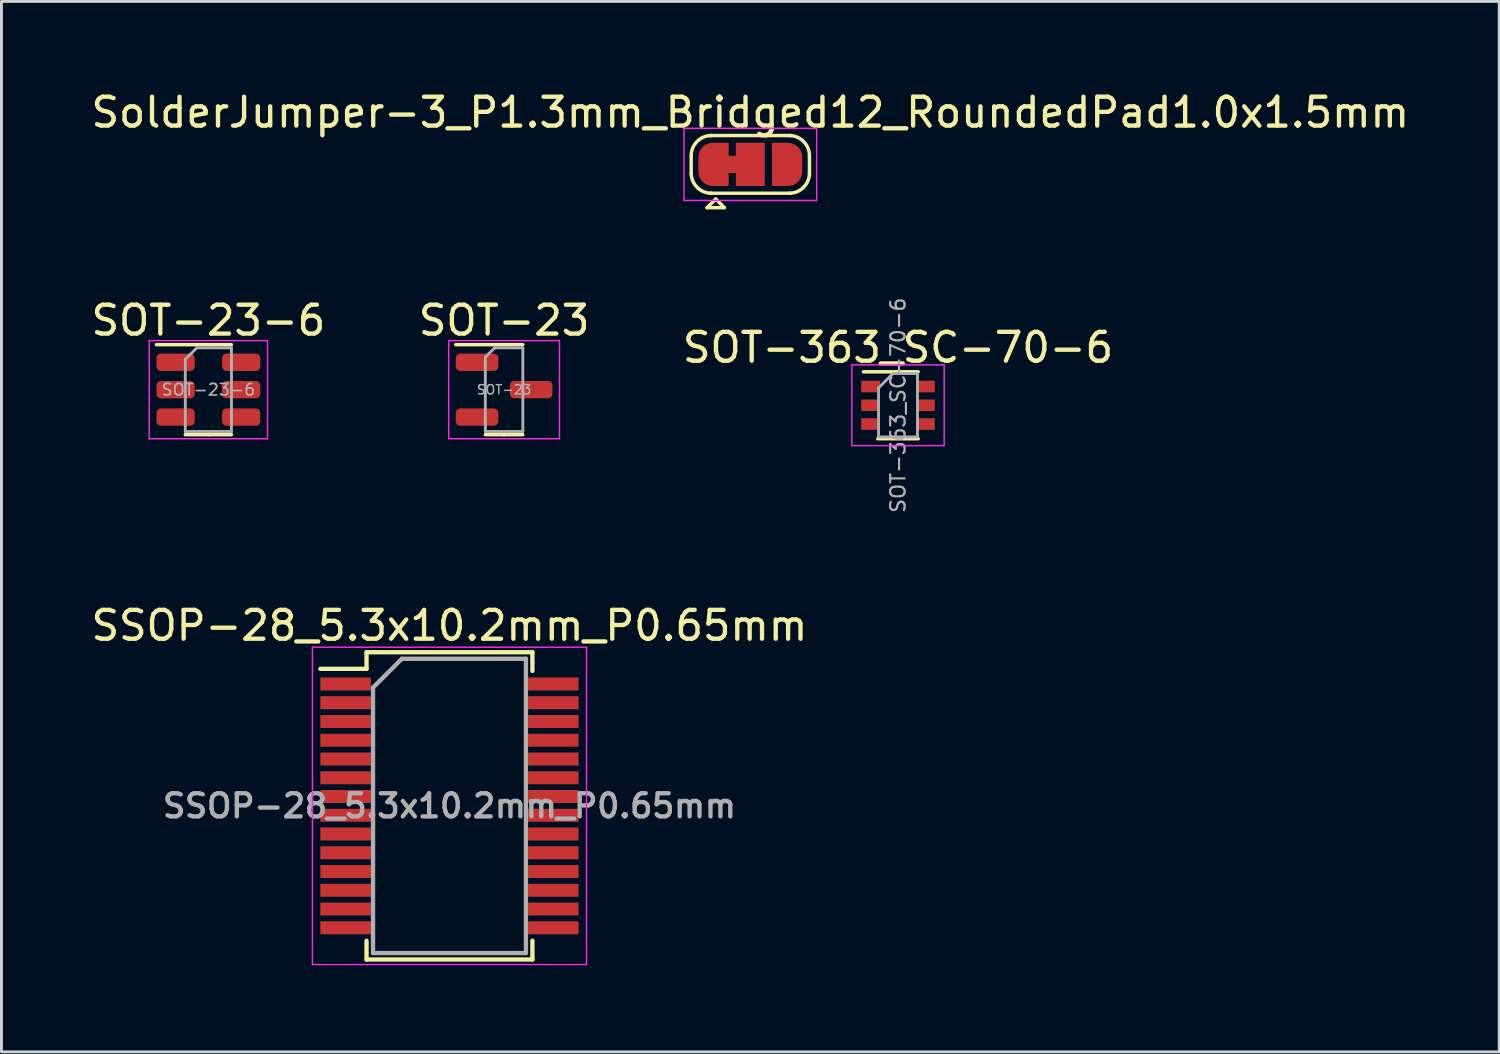
<source format=kicad_pcb>
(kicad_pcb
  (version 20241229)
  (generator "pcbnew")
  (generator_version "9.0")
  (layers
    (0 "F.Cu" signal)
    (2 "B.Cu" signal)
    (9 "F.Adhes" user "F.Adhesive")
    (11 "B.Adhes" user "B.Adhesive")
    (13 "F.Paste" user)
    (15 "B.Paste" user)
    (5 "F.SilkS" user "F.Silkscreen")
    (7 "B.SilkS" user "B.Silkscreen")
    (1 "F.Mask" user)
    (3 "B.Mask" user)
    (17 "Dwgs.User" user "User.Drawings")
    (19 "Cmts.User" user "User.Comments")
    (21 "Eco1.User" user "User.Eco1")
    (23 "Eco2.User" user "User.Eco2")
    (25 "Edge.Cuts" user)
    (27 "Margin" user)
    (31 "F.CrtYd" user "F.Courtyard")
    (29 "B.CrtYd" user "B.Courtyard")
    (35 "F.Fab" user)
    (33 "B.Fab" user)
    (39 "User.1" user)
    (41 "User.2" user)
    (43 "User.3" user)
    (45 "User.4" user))
  (footprint "SOT-363_SC-70-6"
    (layer "F.Cu")
    (at 28.077 10.997)
    (property "Reference" "SOT-363_SC-70-6" (at 0 -2 0) (layer "F.SilkS") (effects (font (size 1 1) (thickness 0.15))))
    (attr smd)
    (fp_line (start -0.7 1.16) (end 0.7 1.16) (stroke (width 0.12) (type solid)) (layer "F.SilkS"))
    (fp_line (start 0.7 -1.16) (end -1.2 -1.16) (stroke (width 0.12) (type solid)) (layer "F.SilkS"))
    (fp_line (start -1.6 -1.4) (end -1.6 1.4) (stroke (width 0.05) (type solid)) (layer "F.CrtYd"))
    (fp_line (start -1.6 -1.4) (end 1.6 -1.4) (stroke (width 0.05) (type solid)) (layer "F.CrtYd"))
    (fp_line (start -1.6 1.4) (end 1.6 1.4) (stroke (width 0.05) (type solid)) (layer "F.CrtYd"))
    (fp_line (start 1.6 1.4) (end 1.6 -1.4) (stroke (width 0.05) (type solid)) (layer "F.CrtYd"))
    (fp_line (start -0.675 -0.6) (end -0.675 1.1) (stroke (width 0.1) (type solid)) (layer "F.Fab"))
    (fp_line (start -0.175 -1.1) (end -0.675 -0.6) (stroke (width 0.1) (type solid)) (layer "F.Fab"))
    (fp_line (start 0.675 -1.1) (end -0.175 -1.1) (stroke (width 0.1) (type solid)) (layer "F.Fab"))
    (fp_line (start 0.675 -1.1) (end 0.675 1.1) (stroke (width 0.1) (type solid)) (layer "F.Fab"))
    (fp_line (start 0.675 1.1) (end -0.675 1.1) (stroke (width 0.1) (type solid)) (layer "F.Fab"))
    (fp_text user "${REFERENCE}" (at 0 0 90) (layer "F.Fab") (effects (font (size 0.5 0.5) (thickness 0.075))))
    (pad "1" smd rect (at -0.95 -0.65) (size 0.65 0.4) (layers "F.Cu" "F.Mask" "F.Paste"))
    (pad "2" smd rect (at -0.95 0) (size 0.65 0.4) (layers "F.Cu" "F.Mask" "F.Paste"))
    (pad "3" smd rect (at -0.95 0.65) (size 0.65 0.4) (layers "F.Cu" "F.Mask" "F.Paste"))
    (pad "4" smd rect (at 0.95 0.65) (size 0.65 0.4) (layers "F.Cu" "F.Mask" "F.Paste"))
    (pad "5" smd rect (at 0.95 0) (size 0.65 0.4) (layers "F.Cu" "F.Mask" "F.Paste"))
    (pad "6" smd rect (at 0.95 -0.65) (size 0.65 0.4) (layers "F.Cu" "F.Mask" "F.Paste")))
  (footprint "SOT-23"
    (layer "F.Cu")
    (at 14.423 10.457)
    (property "Reference" "SOT-23" (at 0 -2.4 0) (layer "F.SilkS") (effects (font (size 1 1) (thickness 0.15))))
    (attr smd)
    (fp_line (start 0 -1.56) (end -1.675 -1.56) (stroke (width 0.12) (type solid)) (layer "F.SilkS"))
    (fp_line (start 0 -1.56) (end 0.65 -1.56) (stroke (width 0.12) (type solid)) (layer "F.SilkS"))
    (fp_line (start 0 1.56) (end -0.65 1.56) (stroke (width 0.12) (type solid)) (layer "F.SilkS"))
    (fp_line (start 0 1.56) (end 0.65 1.56) (stroke (width 0.12) (type solid)) (layer "F.SilkS"))
    (fp_line (start -1.92 -1.7) (end -1.92 1.7) (stroke (width 0.05) (type solid)) (layer "F.CrtYd"))
    (fp_line (start -1.92 1.7) (end 1.92 1.7) (stroke (width 0.05) (type solid)) (layer "F.CrtYd"))
    (fp_line (start 1.92 -1.7) (end -1.92 -1.7) (stroke (width 0.05) (type solid)) (layer "F.CrtYd"))
    (fp_line (start 1.92 1.7) (end 1.92 -1.7) (stroke (width 0.05) (type solid)) (layer "F.CrtYd"))
    (fp_line (start -0.65 -1.125) (end -0.325 -1.45) (stroke (width 0.1) (type solid)) (layer "F.Fab"))
    (fp_line (start -0.65 1.45) (end -0.65 -1.125) (stroke (width 0.1) (type solid)) (layer "F.Fab"))
    (fp_line (start -0.325 -1.45) (end 0.65 -1.45) (stroke (width 0.1) (type solid)) (layer "F.Fab"))
    (fp_line (start 0.65 -1.45) (end 0.65 1.45) (stroke (width 0.1) (type solid)) (layer "F.Fab"))
    (fp_line (start 0.65 1.45) (end -0.65 1.45) (stroke (width 0.1) (type solid)) (layer "F.Fab"))
    (fp_text user "${REFERENCE}" (at 0 0 0) (layer "F.Fab") (effects (font (size 0.32 0.32) (thickness 0.05))))
    (pad "1" smd roundrect (at -0.938 -0.95) (size 1.475 0.6) (layers "F.Cu" "F.Mask" "F.Paste") (roundrect_rratio 0.25))
    (pad "2" smd roundrect (at -0.938 0.95) (size 1.475 0.6) (layers "F.Cu" "F.Mask" "F.Paste") (roundrect_rratio 0.25))
    (pad "3" smd roundrect (at 0.938 0) (size 1.475 0.6) (layers "F.Cu" "F.Mask" "F.Paste") (roundrect_rratio 0.25)))
  (footprint "SSOP-28_5.3x10.2mm_P0.65mm"
    (layer "F.Cu")
    (at 12.53 24.884)
    (property "Reference" "SSOP-28_5.3x10.2mm_P0.65mm" (at 0 -6.25 180) (layer "F.SilkS") (effects (font (size 1 1) (thickness 0.15))))
    (attr smd)
    (fp_line (start -2.875 -5.325) (end -2.875 -4.75) (stroke (width 0.15) (type solid)) (layer "F.SilkS"))
    (fp_line (start -2.875 -5.325) (end 2.875 -5.325) (stroke (width 0.15) (type solid)) (layer "F.SilkS"))
    (fp_line (start -2.875 -4.75) (end -4.475 -4.75) (stroke (width 0.15) (type solid)) (layer "F.SilkS"))
    (fp_line (start -2.875 5.325) (end -2.875 4.675) (stroke (width 0.15) (type solid)) (layer "F.SilkS"))
    (fp_line (start -2.875 5.325) (end 2.875 5.325) (stroke (width 0.15) (type solid)) (layer "F.SilkS"))
    (fp_line (start 2.875 -5.325) (end 2.875 -4.675) (stroke (width 0.15) (type solid)) (layer "F.SilkS"))
    (fp_line (start 2.875 5.325) (end 2.875 4.675) (stroke (width 0.15) (type solid)) (layer "F.SilkS"))
    (fp_line (start -4.75 -5.5) (end -4.75 5.5) (stroke (width 0.05) (type solid)) (layer "F.CrtYd"))
    (fp_line (start -4.75 -5.5) (end 4.75 -5.5) (stroke (width 0.05) (type solid)) (layer "F.CrtYd"))
    (fp_line (start -4.75 5.5) (end 4.75 5.5) (stroke (width 0.05) (type solid)) (layer "F.CrtYd"))
    (fp_line (start 4.75 -5.5) (end 4.75 5.5) (stroke (width 0.05) (type solid)) (layer "F.CrtYd"))
    (fp_line (start -2.65 -4.1) (end -1.65 -5.1) (stroke (width 0.15) (type solid)) (layer "F.Fab"))
    (fp_line (start -2.65 5.1) (end -2.65 -4.1) (stroke (width 0.15) (type solid)) (layer "F.Fab"))
    (fp_line (start -1.65 -5.1) (end 2.65 -5.1) (stroke (width 0.15) (type solid)) (layer "F.Fab"))
    (fp_line (start 2.65 -5.1) (end 2.65 5.1) (stroke (width 0.15) (type solid)) (layer "F.Fab"))
    (fp_line (start 2.65 5.1) (end -2.65 5.1) (stroke (width 0.15) (type solid)) (layer "F.Fab"))
    (fp_text user "${REFERENCE}" (at 0 0 180) (layer "F.Fab") (effects (font (size 0.8 0.8) (thickness 0.15))))
    (pad "1" smd rect (at -3.6 -4.225) (size 1.75 0.45) (layers "F.Cu" "F.Mask" "F.Paste"))
    (pad "2" smd rect (at -3.6 -3.575) (size 1.75 0.45) (layers "F.Cu" "F.Mask" "F.Paste"))
    (pad "3" smd rect (at -3.6 -2.925) (size 1.75 0.45) (layers "F.Cu" "F.Mask" "F.Paste"))
    (pad "4" smd rect (at -3.6 -2.275) (size 1.75 0.45) (layers "F.Cu" "F.Mask" "F.Paste"))
    (pad "5" smd rect (at -3.6 -1.625) (size 1.75 0.45) (layers "F.Cu" "F.Mask" "F.Paste"))
    (pad "6" smd rect (at -3.6 -0.975) (size 1.75 0.45) (layers "F.Cu" "F.Mask" "F.Paste"))
    (pad "7" smd rect (at -3.6 -0.325) (size 1.75 0.45) (layers "F.Cu" "F.Mask" "F.Paste"))
    (pad "8" smd rect (at -3.6 0.325) (size 1.75 0.45) (layers "F.Cu" "F.Mask" "F.Paste"))
    (pad "9" smd rect (at -3.6 0.975) (size 1.75 0.45) (layers "F.Cu" "F.Mask" "F.Paste"))
    (pad "10" smd rect (at -3.6 1.625) (size 1.75 0.45) (layers "F.Cu" "F.Mask" "F.Paste"))
    (pad "11" smd rect (at -3.6 2.275) (size 1.75 0.45) (layers "F.Cu" "F.Mask" "F.Paste"))
    (pad "12" smd rect (at -3.6 2.925) (size 1.75 0.45) (layers "F.Cu" "F.Mask" "F.Paste"))
    (pad "13" smd rect (at -3.6 3.575) (size 1.75 0.45) (layers "F.Cu" "F.Mask" "F.Paste"))
    (pad "14" smd rect (at -3.6 4.225) (size 1.75 0.45) (layers "F.Cu" "F.Mask" "F.Paste"))
    (pad "15" smd rect (at 3.6 4.225) (size 1.75 0.45) (layers "F.Cu" "F.Mask" "F.Paste"))
    (pad "16" smd rect (at 3.6 3.575) (size 1.75 0.45) (layers "F.Cu" "F.Mask" "F.Paste"))
    (pad "17" smd rect (at 3.6 2.925) (size 1.75 0.45) (layers "F.Cu" "F.Mask" "F.Paste"))
    (pad "18" smd rect (at 3.6 2.275) (size 1.75 0.45) (layers "F.Cu" "F.Mask" "F.Paste"))
    (pad "19" smd rect (at 3.6 1.625) (size 1.75 0.45) (layers "F.Cu" "F.Mask" "F.Paste"))
    (pad "20" smd rect (at 3.6 0.975) (size 1.75 0.45) (layers "F.Cu" "F.Mask" "F.Paste"))
    (pad "21" smd rect (at 3.6 0.325) (size 1.75 0.45) (layers "F.Cu" "F.Mask" "F.Paste"))
    (pad "22" smd rect (at 3.6 -0.325) (size 1.75 0.45) (layers "F.Cu" "F.Mask" "F.Paste"))
    (pad "23" smd rect (at 3.6 -0.975) (size 1.75 0.45) (layers "F.Cu" "F.Mask" "F.Paste"))
    (pad "24" smd rect (at 3.6 -1.625) (size 1.75 0.45) (layers "F.Cu" "F.Mask" "F.Paste"))
    (pad "25" smd rect (at 3.6 -2.275) (size 1.75 0.45) (layers "F.Cu" "F.Mask" "F.Paste"))
    (pad "26" smd rect (at 3.6 -2.925) (size 1.75 0.45) (layers "F.Cu" "F.Mask" "F.Paste"))
    (pad "27" smd rect (at 3.6 -3.575) (size 1.75 0.45) (layers "F.Cu" "F.Mask" "F.Paste"))
    (pad "28" smd rect (at 3.6 -4.225) (size 1.75 0.45) (layers "F.Cu" "F.Mask" "F.Paste")))
  (footprint "SolderJumper-3_P1.3mm_Bridged12_RoundedPad1.0x1.5mm"
    (layer "F.Cu")
    (at 22.958 2.648)
    (property "Reference" "SolderJumper-3_P1.3mm_Bridged12_RoundedPad1.0x1.5mm" (at 0 -1.8 0) (layer "F.SilkS") (effects (font (size 1 1) (thickness 0.15))))
    (attr exclude_from_pos_files)
    (fp_poly (pts (xy -0.9 -0.3) (xy -0.4 -0.3) (xy -0.4 0.3) (xy -0.9 0.3)) (stroke (width 0) (type solid)) (fill yes) (layer "F.Cu"))
    (fp_line (start -2.05 0.3) (end -2.05 -0.3) (stroke (width 0.12) (type solid)) (layer "F.SilkS"))
    (fp_line (start -1.5 1.5) (end -0.9 1.5) (stroke (width 0.12) (type solid)) (layer "F.SilkS"))
    (fp_line (start -1.4 -1) (end 1.4 -1) (stroke (width 0.12) (type solid)) (layer "F.SilkS"))
    (fp_line (start -1.2 1.2) (end -1.5 1.5) (stroke (width 0.12) (type solid)) (layer "F.SilkS"))
    (fp_line (start -1.2 1.2) (end -0.9 1.5) (stroke (width 0.12) (type solid)) (layer "F.SilkS"))
    (fp_line (start 1.4 1) (end -1.4 1) (stroke (width 0.12) (type solid)) (layer "F.SilkS"))
    (fp_line (start 2.05 -0.3) (end 2.05 0.3) (stroke (width 0.12) (type solid)) (layer "F.SilkS"))
    (fp_arc (start -2.05 -0.3) (mid -1.844975 -0.794975) (end -1.35 -1) (stroke (width 0.12) (type solid)) (layer "F.SilkS"))
    (fp_arc (start -1.35 1) (mid -1.844975 0.794975) (end -2.05 0.3) (stroke (width 0.12) (type solid)) (layer "F.SilkS"))
    (fp_arc (start 1.35 -1) (mid 1.844975 -0.794975) (end 2.05 -0.3) (stroke (width 0.12) (type solid)) (layer "F.SilkS"))
    (fp_arc (start 2.05 0.3) (mid 1.844975 0.794975) (end 1.35 1) (stroke (width 0.12) (type solid)) (layer "F.SilkS"))
    (fp_line (start -2.3 -1.25) (end -2.3 1.25) (stroke (width 0.05) (type solid)) (layer "F.CrtYd"))
    (fp_line (start -2.3 -1.25) (end 2.3 -1.25) (stroke (width 0.05) (type solid)) (layer "F.CrtYd"))
    (fp_line (start 2.3 1.25) (end -2.3 1.25) (stroke (width 0.05) (type solid)) (layer "F.CrtYd"))
    (fp_line (start 2.3 1.25) (end 2.3 -1.25) (stroke (width 0.05) (type solid)) (layer "F.CrtYd"))
    (pad "1" smd custom (at -1.3 0) (size 1 0.5) (layers "F.Cu" "F.Mask") (options (anchor rect)) (primitives (gr_circle (center 0 0.25) (end 0.5 0.25) (width 0) (fill yes)) (gr_circle (center 0 -0.25) (end 0.5 -0.25) (width 0) (fill yes)) (gr_poly (pts (xy 0.55 0.75) (xy 0 0.75) (xy 0 -0.75) (xy 0.55 -0.75)) (width 0) (fill yes))))
    (pad "2" smd rect (at 0 0) (size 1 1.5) (layers "F.Cu" "F.Mask"))
    (pad "3" smd custom (at 1.3 0) (size 1 0.5) (layers "F.Cu" "F.Mask") (options (anchor rect)) (primitives (gr_circle (center 0 0.25) (end 0.5 0.25) (width 0) (fill yes)) (gr_circle (center 0 -0.25) (end 0.5 -0.25) (width 0) (fill yes)) (gr_poly (pts (xy 0 0.75) (xy -0.55 0.75) (xy -0.55 -0.75) (xy 0 -0.75)) (width 0) (fill yes)))))
  (footprint "SOT-23-6"
    (layer "F.Cu")
    (at 4.173 10.457)
    (property "Reference" "SOT-23-6" (at 0 -2.4 0) (layer "F.SilkS") (effects (font (size 1 1) (thickness 0.15))))
    (attr smd)
    (fp_line (start 0 -1.56) (end -1.8 -1.56) (stroke (width 0.12) (type solid)) (layer "F.SilkS"))
    (fp_line (start 0 -1.56) (end 0.8 -1.56) (stroke (width 0.12) (type solid)) (layer "F.SilkS"))
    (fp_line (start 0 1.56) (end -0.8 1.56) (stroke (width 0.12) (type solid)) (layer "F.SilkS"))
    (fp_line (start 0 1.56) (end 0.8 1.56) (stroke (width 0.12) (type solid)) (layer "F.SilkS"))
    (fp_line (start -2.05 -1.7) (end -2.05 1.7) (stroke (width 0.05) (type solid)) (layer "F.CrtYd"))
    (fp_line (start -2.05 1.7) (end 2.05 1.7) (stroke (width 0.05) (type solid)) (layer "F.CrtYd"))
    (fp_line (start 2.05 -1.7) (end -2.05 -1.7) (stroke (width 0.05) (type solid)) (layer "F.CrtYd"))
    (fp_line (start 2.05 1.7) (end 2.05 -1.7) (stroke (width 0.05) (type solid)) (layer "F.CrtYd"))
    (fp_line (start -0.8 -1.05) (end -0.4 -1.45) (stroke (width 0.1) (type solid)) (layer "F.Fab"))
    (fp_line (start -0.8 1.45) (end -0.8 -1.05) (stroke (width 0.1) (type solid)) (layer "F.Fab"))
    (fp_line (start -0.4 -1.45) (end 0.8 -1.45) (stroke (width 0.1) (type solid)) (layer "F.Fab"))
    (fp_line (start 0.8 -1.45) (end 0.8 1.45) (stroke (width 0.1) (type solid)) (layer "F.Fab"))
    (fp_line (start 0.8 1.45) (end -0.8 1.45) (stroke (width 0.1) (type solid)) (layer "F.Fab"))
    (fp_text user "${REFERENCE}" (at 0 0 0) (layer "F.Fab") (effects (font (size 0.4 0.4) (thickness 0.06))))
    (pad "1" smd roundrect (at -1.137 -0.95) (size 1.325 0.6) (layers "F.Cu" "F.Mask" "F.Paste") (roundrect_rratio 0.25))
    (pad "2" smd roundrect (at -1.137 0) (size 1.325 0.6) (layers "F.Cu" "F.Mask" "F.Paste") (roundrect_rratio 0.25))
    (pad "3" smd roundrect (at -1.137 0.95) (size 1.325 0.6) (layers "F.Cu" "F.Mask" "F.Paste") (roundrect_rratio 0.25))
    (pad "4" smd roundrect (at 1.137 0.95) (size 1.325 0.6) (layers "F.Cu" "F.Mask" "F.Paste") (roundrect_rratio 0.25))
    (pad "5" smd roundrect (at 1.137 0) (size 1.325 0.6) (layers "F.Cu" "F.Mask" "F.Paste") (roundrect_rratio 0.25))
    (pad "6" smd roundrect (at 1.137 -0.95) (size 1.325 0.6) (layers "F.Cu" "F.Mask" "F.Paste") (roundrect_rratio 0.25)))
  (gr_rect
    (start -3 -3)
    (end 48.917 33.409)
    (stroke (width 0.1) (type default))
    (fill no)
    (layer "Edge.Cuts")))
</source>
